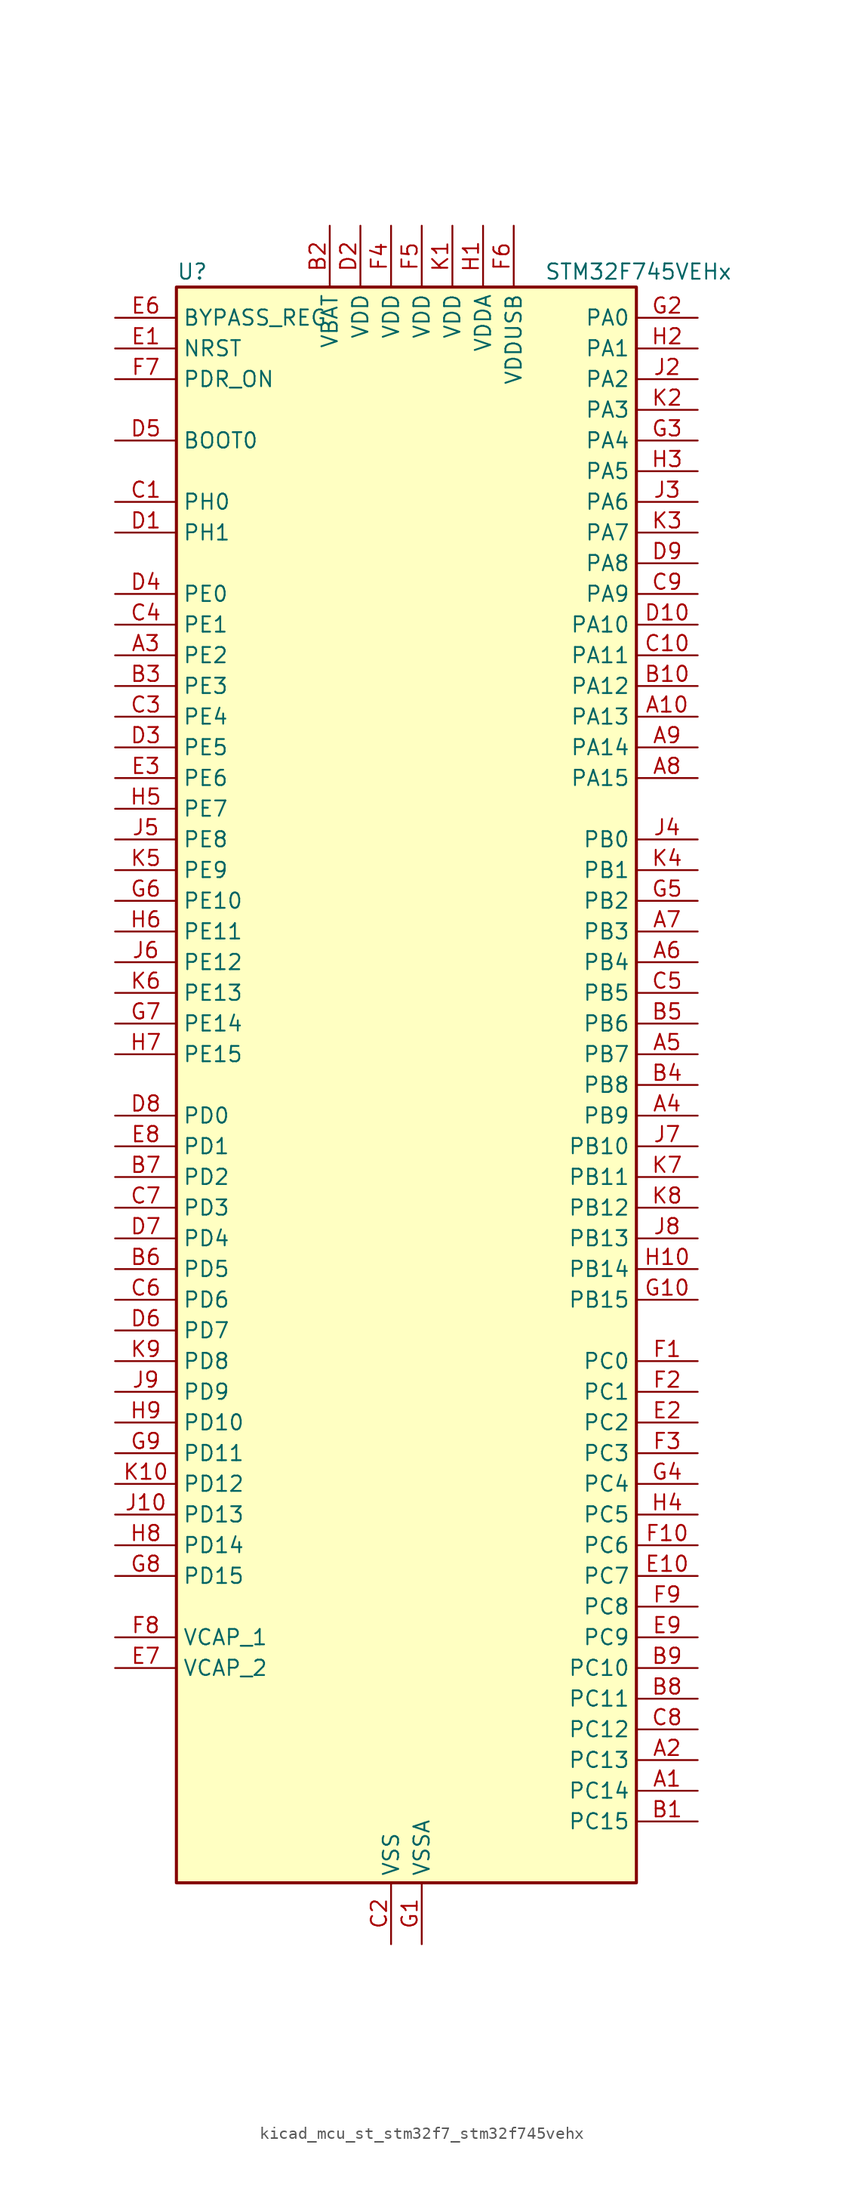
<source format=kicad_sym>
(kicad_symbol_lib
  (version 20220914)
  (generator kicad_symbol_editor)
  (symbol "kicad_mcu_st_stm32f7_stm32f745vehx"
    (property "Reference" "U"
      (at -17.78 67.31 0)
      (effects (font (size 1.27 1.27)) (justify left)))
    (property "Value" "STM32F745VEHx"
      (at 12.7 67.31 0)
      (effects (font (size 1.27 1.27)) (justify left)))
    (property "ki_locked" ""
      (at 0 0 0)
      (effects (font (size 1.27 1.27))))
    (symbol "kicad_mcu_st_stm32f7_stm32f745vehx_0_1"
      (rectangle (start -17.78 -66.04) (end 20.32 66.04) (stroke (width 0.254) (type default)) (fill (type background))))
    (symbol "kicad_mcu_st_stm32f7_stm32f745vehx_1_1"
      (pin bidirectional line (at 25.4 -58.42 180) (length 5.08) (name "PC14" (effects (font (size 1.27 1.27)))) (number "A1" (effects (font (size 1.27 1.27)))) (alternate "RCC_OSC32_IN" bidirectional line))
      (pin bidirectional line (at 25.4 30.48 180) (length 5.08) (name "PA13" (effects (font (size 1.27 1.27)))) (number "A10" (effects (font (size 1.27 1.27)))) (alternate "SYS_JTMS-SWDIO" bidirectional line))
      (pin bidirectional line (at 25.4 -55.88 180) (length 5.08) (name "PC13" (effects (font (size 1.27 1.27)))) (number "A2" (effects (font (size 1.27 1.27)))) (alternate "RTC_OUT" bidirectional line) (alternate "RTC_TAMP1" bidirectional line) (alternate "RTC_TS" bidirectional line) (alternate "SYS_WKUP4" bidirectional line))
      (pin bidirectional line (at -22.86 35.56 0) (length 5.08) (name "PE2" (effects (font (size 1.27 1.27)))) (number "A3" (effects (font (size 1.27 1.27)))) (alternate "ETH_TXD3" bidirectional line) (alternate "FMC_A23" bidirectional line) (alternate "QUADSPI_BK1_IO2" bidirectional line) (alternate "SAI1_MCLK_A" bidirectional line) (alternate "SPI4_SCK" bidirectional line) (alternate "SYS_TRACECLK" bidirectional line))
      (pin bidirectional line (at 25.4 -2.54 180) (length 5.08) (name "PB9" (effects (font (size 1.27 1.27)))) (number "A4" (effects (font (size 1.27 1.27)))) (alternate "CAN1_TX" bidirectional line) (alternate "DAC_EXTI9" bidirectional line) (alternate "DCMI_D7" bidirectional line) (alternate "I2C1_SDA" bidirectional line) (alternate "I2S2_WS" bidirectional line) (alternate "SDMMC1_D5" bidirectional line) (alternate "SPI2_NSS" bidirectional line) (alternate "TIM11_CH1" bidirectional line) (alternate "TIM4_CH4" bidirectional line))
      (pin bidirectional line (at 25.4 2.54 180) (length 5.08) (name "PB7" (effects (font (size 1.27 1.27)))) (number "A5" (effects (font (size 1.27 1.27)))) (alternate "DCMI_VSYNC" bidirectional line) (alternate "FMC_NL" bidirectional line) (alternate "I2C1_SDA" bidirectional line) (alternate "TIM4_CH2" bidirectional line) (alternate "USART1_RX" bidirectional line))
      (pin bidirectional line (at 25.4 10.16 180) (length 5.08) (name "PB4" (effects (font (size 1.27 1.27)))) (number "A6" (effects (font (size 1.27 1.27)))) (alternate "I2S2_WS" bidirectional line) (alternate "SPI1_MISO" bidirectional line) (alternate "SPI2_NSS" bidirectional line) (alternate "SPI3_MISO" bidirectional line) (alternate "SYS_JTRST" bidirectional line) (alternate "TIM3_CH1" bidirectional line))
      (pin bidirectional line (at 25.4 12.7 180) (length 5.08) (name "PB3" (effects (font (size 1.27 1.27)))) (number "A7" (effects (font (size 1.27 1.27)))) (alternate "I2S1_CK" bidirectional line) (alternate "I2S3_CK" bidirectional line) (alternate "SPI1_SCK" bidirectional line) (alternate "SPI3_SCK" bidirectional line) (alternate "SYS_JTDO-SWO" bidirectional line) (alternate "TIM2_CH2" bidirectional line))
      (pin bidirectional line (at 25.4 25.4 180) (length 5.08) (name "PA15" (effects (font (size 1.27 1.27)))) (number "A8" (effects (font (size 1.27 1.27)))) (alternate "CEC" bidirectional line) (alternate "I2S1_WS" bidirectional line) (alternate "I2S3_WS" bidirectional line) (alternate "SPI1_NSS" bidirectional line) (alternate "SPI3_NSS" bidirectional line) (alternate "SYS_JTDI" bidirectional line) (alternate "TIM2_CH1" bidirectional line) (alternate "TIM2_ETR" bidirectional line) (alternate "UART4_DE" bidirectional line) (alternate "UART4_RTS" bidirectional line))
      (pin bidirectional line (at 25.4 27.94 180) (length 5.08) (name "PA14" (effects (font (size 1.27 1.27)))) (number "A9" (effects (font (size 1.27 1.27)))) (alternate "SYS_JTCK-SWCLK" bidirectional line))
      (pin bidirectional line (at 25.4 -60.96 180) (length 5.08) (name "PC15" (effects (font (size 1.27 1.27)))) (number "B1" (effects (font (size 1.27 1.27)))) (alternate "RCC_OSC32_OUT" bidirectional line))
      (pin bidirectional line (at 25.4 33.02 180) (length 5.08) (name "PA12" (effects (font (size 1.27 1.27)))) (number "B10" (effects (font (size 1.27 1.27)))) (alternate "CAN1_TX" bidirectional line) (alternate "SAI2_FS_B" bidirectional line) (alternate "TIM1_ETR" bidirectional line) (alternate "USART1_DE" bidirectional line) (alternate "USART1_RTS" bidirectional line) (alternate "USB_OTG_FS_DP" bidirectional line))
      (pin power_in line (at -5.08 71.12 270) (length 5.08) (name "VBAT" (effects (font (size 1.27 1.27)))) (number "B2" (effects (font (size 1.27 1.27)))))
      (pin bidirectional line (at -22.86 33.02 0) (length 5.08) (name "PE3" (effects (font (size 1.27 1.27)))) (number "B3" (effects (font (size 1.27 1.27)))) (alternate "FMC_A19" bidirectional line) (alternate "SAI1_SD_B" bidirectional line) (alternate "SYS_TRACED0" bidirectional line))
      (pin bidirectional line (at 25.4 0 180) (length 5.08) (name "PB8" (effects (font (size 1.27 1.27)))) (number "B4" (effects (font (size 1.27 1.27)))) (alternate "CAN1_RX" bidirectional line) (alternate "DCMI_D6" bidirectional line) (alternate "ETH_TXD3" bidirectional line) (alternate "I2C1_SCL" bidirectional line) (alternate "SDMMC1_D4" bidirectional line) (alternate "TIM10_CH1" bidirectional line) (alternate "TIM4_CH3" bidirectional line))
      (pin bidirectional line (at 25.4 5.08 180) (length 5.08) (name "PB6" (effects (font (size 1.27 1.27)))) (number "B5" (effects (font (size 1.27 1.27)))) (alternate "CAN2_TX" bidirectional line) (alternate "CEC" bidirectional line) (alternate "DCMI_D5" bidirectional line) (alternate "FMC_SDNE1" bidirectional line) (alternate "I2C1_SCL" bidirectional line) (alternate "QUADSPI_BK1_NCS" bidirectional line) (alternate "TIM4_CH1" bidirectional line) (alternate "USART1_TX" bidirectional line))
      (pin bidirectional line (at -22.86 -15.24 0) (length 5.08) (name "PD5" (effects (font (size 1.27 1.27)))) (number "B6" (effects (font (size 1.27 1.27)))) (alternate "FMC_NWE" bidirectional line) (alternate "USART2_TX" bidirectional line))
      (pin bidirectional line (at -22.86 -7.62 0) (length 5.08) (name "PD2" (effects (font (size 1.27 1.27)))) (number "B7" (effects (font (size 1.27 1.27)))) (alternate "DCMI_D11" bidirectional line) (alternate "SDMMC1_CMD" bidirectional line) (alternate "SYS_TRACED2" bidirectional line) (alternate "TIM3_ETR" bidirectional line) (alternate "UART5_RX" bidirectional line))
      (pin bidirectional line (at 25.4 -50.8 180) (length 5.08) (name "PC11" (effects (font (size 1.27 1.27)))) (number "B8" (effects (font (size 1.27 1.27)))) (alternate "ADC1_EXTI11" bidirectional line) (alternate "ADC2_EXTI11" bidirectional line) (alternate "ADC3_EXTI11" bidirectional line) (alternate "DCMI_D4" bidirectional line) (alternate "QUADSPI_BK2_NCS" bidirectional line) (alternate "SDMMC1_D3" bidirectional line) (alternate "SPI3_MISO" bidirectional line) (alternate "UART4_RX" bidirectional line) (alternate "USART3_RX" bidirectional line))
      (pin bidirectional line (at 25.4 -48.26 180) (length 5.08) (name "PC10" (effects (font (size 1.27 1.27)))) (number "B9" (effects (font (size 1.27 1.27)))) (alternate "DCMI_D8" bidirectional line) (alternate "I2S3_CK" bidirectional line) (alternate "QUADSPI_BK1_IO1" bidirectional line) (alternate "SDMMC1_D2" bidirectional line) (alternate "SPI3_SCK" bidirectional line) (alternate "UART4_TX" bidirectional line) (alternate "USART3_TX" bidirectional line))
      (pin bidirectional line (at -22.86 48.26 0) (length 5.08) (name "PH0" (effects (font (size 1.27 1.27)))) (number "C1" (effects (font (size 1.27 1.27)))) (alternate "RCC_OSC_IN" bidirectional line))
      (pin bidirectional line (at 25.4 35.56 180) (length 5.08) (name "PA11" (effects (font (size 1.27 1.27)))) (number "C10" (effects (font (size 1.27 1.27)))) (alternate "ADC1_EXTI11" bidirectional line) (alternate "ADC2_EXTI11" bidirectional line) (alternate "ADC3_EXTI11" bidirectional line) (alternate "CAN1_RX" bidirectional line) (alternate "TIM1_CH4" bidirectional line) (alternate "USART1_CTS" bidirectional line) (alternate "USB_OTG_FS_DM" bidirectional line))
      (pin power_in line (at 0 -71.12 90) (length 5.08) (name "VSS" (effects (font (size 1.27 1.27)))) (number "C2" (effects (font (size 1.27 1.27)))))
      (pin bidirectional line (at -22.86 30.48 0) (length 5.08) (name "PE4" (effects (font (size 1.27 1.27)))) (number "C3" (effects (font (size 1.27 1.27)))) (alternate "DCMI_D4" bidirectional line) (alternate "FMC_A20" bidirectional line) (alternate "SAI1_FS_A" bidirectional line) (alternate "SPI4_NSS" bidirectional line) (alternate "SYS_TRACED1" bidirectional line))
      (pin bidirectional line (at -22.86 38.1 0) (length 5.08) (name "PE1" (effects (font (size 1.27 1.27)))) (number "C4" (effects (font (size 1.27 1.27)))) (alternate "DCMI_D3" bidirectional line) (alternate "FMC_NBL1" bidirectional line) (alternate "LPTIM1_IN2" bidirectional line) (alternate "UART8_TX" bidirectional line))
      (pin bidirectional line (at 25.4 7.62 180) (length 5.08) (name "PB5" (effects (font (size 1.27 1.27)))) (number "C5" (effects (font (size 1.27 1.27)))) (alternate "CAN2_RX" bidirectional line) (alternate "DCMI_D10" bidirectional line) (alternate "ETH_PPS_OUT" bidirectional line) (alternate "FMC_SDCKE1" bidirectional line) (alternate "I2C1_SMBA" bidirectional line) (alternate "I2S1_SD" bidirectional line) (alternate "I2S3_SD" bidirectional line) (alternate "SPI1_MOSI" bidirectional line) (alternate "SPI3_MOSI" bidirectional line) (alternate "TIM3_CH2" bidirectional line) (alternate "USB_OTG_HS_ULPI_D7" bidirectional line))
      (pin bidirectional line (at -22.86 -17.78 0) (length 5.08) (name "PD6" (effects (font (size 1.27 1.27)))) (number "C6" (effects (font (size 1.27 1.27)))) (alternate "DCMI_D10" bidirectional line) (alternate "FMC_NWAIT" bidirectional line) (alternate "I2S3_SD" bidirectional line) (alternate "SAI1_SD_A" bidirectional line) (alternate "SPI3_MOSI" bidirectional line) (alternate "USART2_RX" bidirectional line))
      (pin bidirectional line (at -22.86 -10.16 0) (length 5.08) (name "PD3" (effects (font (size 1.27 1.27)))) (number "C7" (effects (font (size 1.27 1.27)))) (alternate "DCMI_D5" bidirectional line) (alternate "FMC_CLK" bidirectional line) (alternate "I2S2_CK" bidirectional line) (alternate "SPI2_SCK" bidirectional line) (alternate "USART2_CTS" bidirectional line))
      (pin bidirectional line (at 25.4 -53.34 180) (length 5.08) (name "PC12" (effects (font (size 1.27 1.27)))) (number "C8" (effects (font (size 1.27 1.27)))) (alternate "DCMI_D9" bidirectional line) (alternate "I2S3_SD" bidirectional line) (alternate "SDMMC1_CK" bidirectional line) (alternate "SPI3_MOSI" bidirectional line) (alternate "SYS_TRACED3" bidirectional line) (alternate "UART5_TX" bidirectional line) (alternate "USART3_CK" bidirectional line))
      (pin bidirectional line (at 25.4 40.64 180) (length 5.08) (name "PA9" (effects (font (size 1.27 1.27)))) (number "C9" (effects (font (size 1.27 1.27)))) (alternate "DAC_EXTI9" bidirectional line) (alternate "DCMI_D0" bidirectional line) (alternate "I2C3_SMBA" bidirectional line) (alternate "I2S2_CK" bidirectional line) (alternate "SPI2_SCK" bidirectional line) (alternate "TIM1_CH2" bidirectional line) (alternate "USART1_TX" bidirectional line) (alternate "USB_OTG_FS_VBUS" bidirectional line))
      (pin bidirectional line (at -22.86 45.72 0) (length 5.08) (name "PH1" (effects (font (size 1.27 1.27)))) (number "D1" (effects (font (size 1.27 1.27)))) (alternate "RCC_OSC_OUT" bidirectional line))
      (pin bidirectional line (at 25.4 38.1 180) (length 5.08) (name "PA10" (effects (font (size 1.27 1.27)))) (number "D10" (effects (font (size 1.27 1.27)))) (alternate "DCMI_D1" bidirectional line) (alternate "TIM1_CH3" bidirectional line) (alternate "USART1_RX" bidirectional line) (alternate "USB_OTG_FS_ID" bidirectional line))
      (pin power_in line (at -2.54 71.12 270) (length 5.08) (name "VDD" (effects (font (size 1.27 1.27)))) (number "D2" (effects (font (size 1.27 1.27)))))
      (pin bidirectional line (at -22.86 27.94 0) (length 5.08) (name "PE5" (effects (font (size 1.27 1.27)))) (number "D3" (effects (font (size 1.27 1.27)))) (alternate "DCMI_D6" bidirectional line) (alternate "FMC_A21" bidirectional line) (alternate "SAI1_SCK_A" bidirectional line) (alternate "SPI4_MISO" bidirectional line) (alternate "SYS_TRACED2" bidirectional line) (alternate "TIM9_CH1" bidirectional line))
      (pin bidirectional line (at -22.86 40.64 0) (length 5.08) (name "PE0" (effects (font (size 1.27 1.27)))) (number "D4" (effects (font (size 1.27 1.27)))) (alternate "DCMI_D2" bidirectional line) (alternate "FMC_NBL0" bidirectional line) (alternate "LPTIM1_ETR" bidirectional line) (alternate "SAI2_MCLK_A" bidirectional line) (alternate "TIM4_ETR" bidirectional line) (alternate "UART8_RX" bidirectional line))
      (pin input line (at -22.86 53.34 0) (length 5.08) (name "BOOT0" (effects (font (size 1.27 1.27)))) (number "D5" (effects (font (size 1.27 1.27)))))
      (pin bidirectional line (at -22.86 -20.32 0) (length 5.08) (name "PD7" (effects (font (size 1.27 1.27)))) (number "D6" (effects (font (size 1.27 1.27)))) (alternate "FMC_NE1" bidirectional line) (alternate "SPDIFRX_IN0" bidirectional line) (alternate "USART2_CK" bidirectional line))
      (pin bidirectional line (at -22.86 -12.7 0) (length 5.08) (name "PD4" (effects (font (size 1.27 1.27)))) (number "D7" (effects (font (size 1.27 1.27)))) (alternate "FMC_NOE" bidirectional line) (alternate "USART2_DE" bidirectional line) (alternate "USART2_RTS" bidirectional line))
      (pin bidirectional line (at -22.86 -2.54 0) (length 5.08) (name "PD0" (effects (font (size 1.27 1.27)))) (number "D8" (effects (font (size 1.27 1.27)))) (alternate "CAN1_RX" bidirectional line) (alternate "FMC_D2" bidirectional line) (alternate "FMC_DA2" bidirectional line))
      (pin bidirectional line (at 25.4 43.18 180) (length 5.08) (name "PA8" (effects (font (size 1.27 1.27)))) (number "D9" (effects (font (size 1.27 1.27)))) (alternate "I2C3_SCL" bidirectional line) (alternate "RCC_MCO_1" bidirectional line) (alternate "TIM1_CH1" bidirectional line) (alternate "TIM8_BKIN2" bidirectional line) (alternate "USART1_CK" bidirectional line) (alternate "USB_OTG_FS_SOF" bidirectional line))
      (pin input line (at -22.86 60.96 0) (length 5.08) (name "NRST" (effects (font (size 1.27 1.27)))) (number "E1" (effects (font (size 1.27 1.27)))))
      (pin bidirectional line (at 25.4 -40.64 180) (length 5.08) (name "PC7" (effects (font (size 1.27 1.27)))) (number "E10" (effects (font (size 1.27 1.27)))) (alternate "DCMI_D1" bidirectional line) (alternate "I2S3_MCK" bidirectional line) (alternate "SDMMC1_D7" bidirectional line) (alternate "TIM3_CH2" bidirectional line) (alternate "TIM8_CH2" bidirectional line) (alternate "USART6_RX" bidirectional line))
      (pin bidirectional line (at 25.4 -27.94 180) (length 5.08) (name "PC2" (effects (font (size 1.27 1.27)))) (number "E2" (effects (font (size 1.27 1.27)))) (alternate "ADC1_IN12" bidirectional line) (alternate "ADC2_IN12" bidirectional line) (alternate "ADC3_IN12" bidirectional line) (alternate "ETH_TXD2" bidirectional line) (alternate "FMC_SDNE0" bidirectional line) (alternate "SPI2_MISO" bidirectional line) (alternate "USB_OTG_HS_ULPI_DIR" bidirectional line))
      (pin bidirectional line (at -22.86 25.4 0) (length 5.08) (name "PE6" (effects (font (size 1.27 1.27)))) (number "E3" (effects (font (size 1.27 1.27)))) (alternate "DCMI_D7" bidirectional line) (alternate "FMC_A22" bidirectional line) (alternate "SAI1_SD_A" bidirectional line) (alternate "SAI2_MCLK_B" bidirectional line) (alternate "SPI4_MOSI" bidirectional line) (alternate "SYS_TRACED3" bidirectional line) (alternate "TIM1_BKIN2" bidirectional line) (alternate "TIM9_CH2" bidirectional line))
      (pin passive line (at 0 -71.12 90) (length 5.08) hide (name "VSS" (effects (font (size 1.27 1.27)))) (number "E4" (effects (font (size 1.27 1.27)))))
      (pin passive line (at 0 -71.12 90) (length 5.08) hide (name "VSS" (effects (font (size 1.27 1.27)))) (number "E5" (effects (font (size 1.27 1.27)))))
      (pin input line (at -22.86 63.5 0) (length 5.08) (name "BYPASS_REG" (effects (font (size 1.27 1.27)))) (number "E6" (effects (font (size 1.27 1.27)))))
      (pin power_out line (at -22.86 -48.26 0) (length 5.08) (name "VCAP_2" (effects (font (size 1.27 1.27)))) (number "E7" (effects (font (size 1.27 1.27)))))
      (pin bidirectional line (at -22.86 -5.08 0) (length 5.08) (name "PD1" (effects (font (size 1.27 1.27)))) (number "E8" (effects (font (size 1.27 1.27)))) (alternate "CAN1_TX" bidirectional line) (alternate "FMC_D3" bidirectional line) (alternate "FMC_DA3" bidirectional line))
      (pin bidirectional line (at 25.4 -45.72 180) (length 5.08) (name "PC9" (effects (font (size 1.27 1.27)))) (number "E9" (effects (font (size 1.27 1.27)))) (alternate "DAC_EXTI9" bidirectional line) (alternate "DCMI_D3" bidirectional line) (alternate "I2C3_SDA" bidirectional line) (alternate "I2S_CKIN" bidirectional line) (alternate "QUADSPI_BK1_IO0" bidirectional line) (alternate "RCC_MCO_2" bidirectional line) (alternate "SDMMC1_D1" bidirectional line) (alternate "TIM3_CH4" bidirectional line) (alternate "TIM8_CH4" bidirectional line) (alternate "UART5_CTS" bidirectional line))
      (pin bidirectional line (at 25.4 -22.86 180) (length 5.08) (name "PC0" (effects (font (size 1.27 1.27)))) (number "F1" (effects (font (size 1.27 1.27)))) (alternate "ADC1_IN10" bidirectional line) (alternate "ADC2_IN10" bidirectional line) (alternate "ADC3_IN10" bidirectional line) (alternate "FMC_SDNWE" bidirectional line) (alternate "SAI2_FS_B" bidirectional line) (alternate "USB_OTG_HS_ULPI_STP" bidirectional line))
      (pin bidirectional line (at 25.4 -38.1 180) (length 5.08) (name "PC6" (effects (font (size 1.27 1.27)))) (number "F10" (effects (font (size 1.27 1.27)))) (alternate "DCMI_D0" bidirectional line) (alternate "I2S2_MCK" bidirectional line) (alternate "SDMMC1_D6" bidirectional line) (alternate "TIM3_CH1" bidirectional line) (alternate "TIM8_CH1" bidirectional line) (alternate "USART6_TX" bidirectional line))
      (pin bidirectional line (at 25.4 -25.4 180) (length 5.08) (name "PC1" (effects (font (size 1.27 1.27)))) (number "F2" (effects (font (size 1.27 1.27)))) (alternate "ADC1_IN11" bidirectional line) (alternate "ADC2_IN11" bidirectional line) (alternate "ADC3_IN11" bidirectional line) (alternate "ETH_MDC" bidirectional line) (alternate "I2S2_SD" bidirectional line) (alternate "RTC_TAMP3" bidirectional line) (alternate "RTC_TS" bidirectional line) (alternate "SAI1_SD_A" bidirectional line) (alternate "SPI2_MOSI" bidirectional line) (alternate "SYS_TRACED0" bidirectional line) (alternate "SYS_WKUP3" bidirectional line))
      (pin bidirectional line (at 25.4 -30.48 180) (length 5.08) (name "PC3" (effects (font (size 1.27 1.27)))) (number "F3" (effects (font (size 1.27 1.27)))) (alternate "ADC1_IN13" bidirectional line) (alternate "ADC2_IN13" bidirectional line) (alternate "ADC3_IN13" bidirectional line) (alternate "ETH_TX_CLK" bidirectional line) (alternate "FMC_SDCKE0" bidirectional line) (alternate "I2S2_SD" bidirectional line) (alternate "SPI2_MOSI" bidirectional line) (alternate "USB_OTG_HS_ULPI_NXT" bidirectional line))
      (pin power_in line (at 0 71.12 270) (length 5.08) (name "VDD" (effects (font (size 1.27 1.27)))) (number "F4" (effects (font (size 1.27 1.27)))))
      (pin power_in line (at 2.54 71.12 270) (length 5.08) (name "VDD" (effects (font (size 1.27 1.27)))) (number "F5" (effects (font (size 1.27 1.27)))))
      (pin power_in line (at 10.16 71.12 270) (length 5.08) (name "VDDUSB" (effects (font (size 1.27 1.27)))) (number "F6" (effects (font (size 1.27 1.27)))))
      (pin input line (at -22.86 58.42 0) (length 5.08) (name "PDR_ON" (effects (font (size 1.27 1.27)))) (number "F7" (effects (font (size 1.27 1.27)))))
      (pin power_out line (at -22.86 -45.72 0) (length 5.08) (name "VCAP_1" (effects (font (size 1.27 1.27)))) (number "F8" (effects (font (size 1.27 1.27)))))
      (pin bidirectional line (at 25.4 -43.18 180) (length 5.08) (name "PC8" (effects (font (size 1.27 1.27)))) (number "F9" (effects (font (size 1.27 1.27)))) (alternate "DCMI_D2" bidirectional line) (alternate "SDMMC1_D0" bidirectional line) (alternate "SYS_TRACED1" bidirectional line) (alternate "TIM3_CH3" bidirectional line) (alternate "TIM8_CH3" bidirectional line) (alternate "UART5_DE" bidirectional line) (alternate "UART5_RTS" bidirectional line) (alternate "USART6_CK" bidirectional line))
      (pin power_in line (at 2.54 -71.12 90) (length 5.08) (name "VSSA" (effects (font (size 1.27 1.27)))) (number "G1" (effects (font (size 1.27 1.27)))))
      (pin bidirectional line (at 25.4 -17.78 180) (length 5.08) (name "PB15" (effects (font (size 1.27 1.27)))) (number "G10" (effects (font (size 1.27 1.27)))) (alternate "I2S2_SD" bidirectional line) (alternate "RTC_REFIN" bidirectional line) (alternate "SPI2_MOSI" bidirectional line) (alternate "TIM12_CH2" bidirectional line) (alternate "TIM1_CH3N" bidirectional line) (alternate "TIM8_CH3N" bidirectional line) (alternate "USB_OTG_HS_DP" bidirectional line))
      (pin bidirectional line (at 25.4 63.5 180) (length 5.08) (name "PA0" (effects (font (size 1.27 1.27)))) (number "G2" (effects (font (size 1.27 1.27)))) (alternate "ADC1_IN0" bidirectional line) (alternate "ADC2_IN0" bidirectional line) (alternate "ADC3_IN0" bidirectional line) (alternate "ETH_CRS" bidirectional line) (alternate "SAI2_SD_B" bidirectional line) (alternate "SYS_WKUP1" bidirectional line) (alternate "TIM2_CH1" bidirectional line) (alternate "TIM2_ETR" bidirectional line) (alternate "TIM5_CH1" bidirectional line) (alternate "TIM8_ETR" bidirectional line) (alternate "UART4_TX" bidirectional line) (alternate "USART2_CTS" bidirectional line))
      (pin bidirectional line (at 25.4 53.34 180) (length 5.08) (name "PA4" (effects (font (size 1.27 1.27)))) (number "G3" (effects (font (size 1.27 1.27)))) (alternate "ADC1_IN4" bidirectional line) (alternate "ADC2_IN4" bidirectional line) (alternate "DAC_OUT1" bidirectional line) (alternate "DCMI_HSYNC" bidirectional line) (alternate "I2S1_WS" bidirectional line) (alternate "I2S3_WS" bidirectional line) (alternate "SPI1_NSS" bidirectional line) (alternate "SPI3_NSS" bidirectional line) (alternate "USART2_CK" bidirectional line) (alternate "USB_OTG_HS_SOF" bidirectional line))
      (pin bidirectional line (at 25.4 -33.02 180) (length 5.08) (name "PC4" (effects (font (size 1.27 1.27)))) (number "G4" (effects (font (size 1.27 1.27)))) (alternate "ADC1_IN14" bidirectional line) (alternate "ADC2_IN14" bidirectional line) (alternate "ETH_RXD0" bidirectional line) (alternate "FMC_SDNE0" bidirectional line) (alternate "I2S1_MCK" bidirectional line) (alternate "SPDIFRX_IN2" bidirectional line))
      (pin bidirectional line (at 25.4 15.24 180) (length 5.08) (name "PB2" (effects (font (size 1.27 1.27)))) (number "G5" (effects (font (size 1.27 1.27)))) (alternate "I2S3_SD" bidirectional line) (alternate "QUADSPI_CLK" bidirectional line) (alternate "SAI1_SD_A" bidirectional line) (alternate "SPI3_MOSI" bidirectional line))
      (pin bidirectional line (at -22.86 15.24 0) (length 5.08) (name "PE10" (effects (font (size 1.27 1.27)))) (number "G6" (effects (font (size 1.27 1.27)))) (alternate "FMC_D7" bidirectional line) (alternate "FMC_DA7" bidirectional line) (alternate "QUADSPI_BK2_IO3" bidirectional line) (alternate "TIM1_CH2N" bidirectional line) (alternate "UART7_CTS" bidirectional line))
      (pin bidirectional line (at -22.86 5.08 0) (length 5.08) (name "PE14" (effects (font (size 1.27 1.27)))) (number "G7" (effects (font (size 1.27 1.27)))) (alternate "FMC_D11" bidirectional line) (alternate "FMC_DA11" bidirectional line) (alternate "SAI2_MCLK_B" bidirectional line) (alternate "SPI4_MOSI" bidirectional line) (alternate "TIM1_CH4" bidirectional line))
      (pin bidirectional line (at -22.86 -40.64 0) (length 5.08) (name "PD15" (effects (font (size 1.27 1.27)))) (number "G8" (effects (font (size 1.27 1.27)))) (alternate "FMC_D1" bidirectional line) (alternate "FMC_DA1" bidirectional line) (alternate "TIM4_CH4" bidirectional line) (alternate "UART8_DE" bidirectional line) (alternate "UART8_RTS" bidirectional line))
      (pin bidirectional line (at -22.86 -30.48 0) (length 5.08) (name "PD11" (effects (font (size 1.27 1.27)))) (number "G9" (effects (font (size 1.27 1.27)))) (alternate "ADC1_EXTI11" bidirectional line) (alternate "ADC2_EXTI11" bidirectional line) (alternate "ADC3_EXTI11" bidirectional line) (alternate "FMC_A16" bidirectional line) (alternate "FMC_CLE" bidirectional line) (alternate "I2C4_SMBA" bidirectional line) (alternate "QUADSPI_BK1_IO0" bidirectional line) (alternate "SAI2_SD_A" bidirectional line) (alternate "USART3_CTS" bidirectional line))
      (pin power_in line (at 7.62 71.12 270) (length 5.08) (name "VDDA" (effects (font (size 1.27 1.27)))) (number "H1" (effects (font (size 1.27 1.27)))))
      (pin bidirectional line (at 25.4 -15.24 180) (length 5.08) (name "PB14" (effects (font (size 1.27 1.27)))) (number "H10" (effects (font (size 1.27 1.27)))) (alternate "SPI2_MISO" bidirectional line) (alternate "TIM12_CH1" bidirectional line) (alternate "TIM1_CH2N" bidirectional line) (alternate "TIM8_CH2N" bidirectional line) (alternate "USART3_DE" bidirectional line) (alternate "USART3_RTS" bidirectional line) (alternate "USB_OTG_HS_DM" bidirectional line))
      (pin bidirectional line (at 25.4 60.96 180) (length 5.08) (name "PA1" (effects (font (size 1.27 1.27)))) (number "H2" (effects (font (size 1.27 1.27)))) (alternate "ADC1_IN1" bidirectional line) (alternate "ADC2_IN1" bidirectional line) (alternate "ADC3_IN1" bidirectional line) (alternate "ETH_REF_CLK" bidirectional line) (alternate "ETH_RX_CLK" bidirectional line) (alternate "QUADSPI_BK1_IO3" bidirectional line) (alternate "SAI2_MCLK_B" bidirectional line) (alternate "TIM2_CH2" bidirectional line) (alternate "TIM5_CH2" bidirectional line) (alternate "UART4_RX" bidirectional line) (alternate "USART2_DE" bidirectional line) (alternate "USART2_RTS" bidirectional line))
      (pin bidirectional line (at 25.4 50.8 180) (length 5.08) (name "PA5" (effects (font (size 1.27 1.27)))) (number "H3" (effects (font (size 1.27 1.27)))) (alternate "ADC1_IN5" bidirectional line) (alternate "ADC2_IN5" bidirectional line) (alternate "DAC_OUT2" bidirectional line) (alternate "I2S1_CK" bidirectional line) (alternate "SPI1_SCK" bidirectional line) (alternate "TIM2_CH1" bidirectional line) (alternate "TIM2_ETR" bidirectional line) (alternate "TIM8_CH1N" bidirectional line) (alternate "USB_OTG_HS_ULPI_CK" bidirectional line))
      (pin bidirectional line (at 25.4 -35.56 180) (length 5.08) (name "PC5" (effects (font (size 1.27 1.27)))) (number "H4" (effects (font (size 1.27 1.27)))) (alternate "ADC1_IN15" bidirectional line) (alternate "ADC2_IN15" bidirectional line) (alternate "ETH_RXD1" bidirectional line) (alternate "FMC_SDCKE0" bidirectional line) (alternate "SPDIFRX_IN3" bidirectional line))
      (pin bidirectional line (at -22.86 22.86 0) (length 5.08) (name "PE7" (effects (font (size 1.27 1.27)))) (number "H5" (effects (font (size 1.27 1.27)))) (alternate "FMC_D4" bidirectional line) (alternate "FMC_DA4" bidirectional line) (alternate "QUADSPI_BK2_IO0" bidirectional line) (alternate "TIM1_ETR" bidirectional line) (alternate "UART7_RX" bidirectional line))
      (pin bidirectional line (at -22.86 12.7 0) (length 5.08) (name "PE11" (effects (font (size 1.27 1.27)))) (number "H6" (effects (font (size 1.27 1.27)))) (alternate "ADC1_EXTI11" bidirectional line) (alternate "ADC2_EXTI11" bidirectional line) (alternate "ADC3_EXTI11" bidirectional line) (alternate "FMC_D8" bidirectional line) (alternate "FMC_DA8" bidirectional line) (alternate "SAI2_SD_B" bidirectional line) (alternate "SPI4_NSS" bidirectional line) (alternate "TIM1_CH2" bidirectional line))
      (pin bidirectional line (at -22.86 2.54 0) (length 5.08) (name "PE15" (effects (font (size 1.27 1.27)))) (number "H7" (effects (font (size 1.27 1.27)))) (alternate "FMC_D12" bidirectional line) (alternate "FMC_DA12" bidirectional line) (alternate "TIM1_BKIN" bidirectional line))
      (pin bidirectional line (at -22.86 -38.1 0) (length 5.08) (name "PD14" (effects (font (size 1.27 1.27)))) (number "H8" (effects (font (size 1.27 1.27)))) (alternate "FMC_D0" bidirectional line) (alternate "FMC_DA0" bidirectional line) (alternate "TIM4_CH3" bidirectional line) (alternate "UART8_CTS" bidirectional line))
      (pin bidirectional line (at -22.86 -27.94 0) (length 5.08) (name "PD10" (effects (font (size 1.27 1.27)))) (number "H9" (effects (font (size 1.27 1.27)))) (alternate "FMC_D15" bidirectional line) (alternate "FMC_DA15" bidirectional line) (alternate "USART3_CK" bidirectional line))
      (pin passive line (at 0 -71.12 90) (length 5.08) hide (name "VSS" (effects (font (size 1.27 1.27)))) (number "J1" (effects (font (size 1.27 1.27)))))
      (pin bidirectional line (at -22.86 -35.56 0) (length 5.08) (name "PD13" (effects (font (size 1.27 1.27)))) (number "J10" (effects (font (size 1.27 1.27)))) (alternate "FMC_A18" bidirectional line) (alternate "I2C4_SDA" bidirectional line) (alternate "LPTIM1_OUT" bidirectional line) (alternate "QUADSPI_BK1_IO3" bidirectional line) (alternate "SAI2_SCK_A" bidirectional line) (alternate "TIM4_CH2" bidirectional line))
      (pin bidirectional line (at 25.4 58.42 180) (length 5.08) (name "PA2" (effects (font (size 1.27 1.27)))) (number "J2" (effects (font (size 1.27 1.27)))) (alternate "ADC1_IN2" bidirectional line) (alternate "ADC2_IN2" bidirectional line) (alternate "ADC3_IN2" bidirectional line) (alternate "ETH_MDIO" bidirectional line) (alternate "SAI2_SCK_B" bidirectional line) (alternate "SYS_WKUP2" bidirectional line) (alternate "TIM2_CH3" bidirectional line) (alternate "TIM5_CH3" bidirectional line) (alternate "TIM9_CH1" bidirectional line) (alternate "USART2_TX" bidirectional line))
      (pin bidirectional line (at 25.4 48.26 180) (length 5.08) (name "PA6" (effects (font (size 1.27 1.27)))) (number "J3" (effects (font (size 1.27 1.27)))) (alternate "ADC1_IN6" bidirectional line) (alternate "ADC2_IN6" bidirectional line) (alternate "DCMI_PIXCLK" bidirectional line) (alternate "SPI1_MISO" bidirectional line) (alternate "TIM13_CH1" bidirectional line) (alternate "TIM1_BKIN" bidirectional line) (alternate "TIM3_CH1" bidirectional line) (alternate "TIM8_BKIN" bidirectional line))
      (pin bidirectional line (at 25.4 20.32 180) (length 5.08) (name "PB0" (effects (font (size 1.27 1.27)))) (number "J4" (effects (font (size 1.27 1.27)))) (alternate "ADC1_IN8" bidirectional line) (alternate "ADC2_IN8" bidirectional line) (alternate "ETH_RXD2" bidirectional line) (alternate "TIM1_CH2N" bidirectional line) (alternate "TIM3_CH3" bidirectional line) (alternate "TIM8_CH2N" bidirectional line) (alternate "UART4_CTS" bidirectional line) (alternate "USB_OTG_HS_ULPI_D1" bidirectional line))
      (pin bidirectional line (at -22.86 20.32 0) (length 5.08) (name "PE8" (effects (font (size 1.27 1.27)))) (number "J5" (effects (font (size 1.27 1.27)))) (alternate "FMC_D5" bidirectional line) (alternate "FMC_DA5" bidirectional line) (alternate "QUADSPI_BK2_IO1" bidirectional line) (alternate "TIM1_CH1N" bidirectional line) (alternate "UART7_TX" bidirectional line))
      (pin bidirectional line (at -22.86 10.16 0) (length 5.08) (name "PE12" (effects (font (size 1.27 1.27)))) (number "J6" (effects (font (size 1.27 1.27)))) (alternate "FMC_D9" bidirectional line) (alternate "FMC_DA9" bidirectional line) (alternate "SAI2_SCK_B" bidirectional line) (alternate "SPI4_SCK" bidirectional line) (alternate "TIM1_CH3N" bidirectional line))
      (pin bidirectional line (at 25.4 -5.08 180) (length 5.08) (name "PB10" (effects (font (size 1.27 1.27)))) (number "J7" (effects (font (size 1.27 1.27)))) (alternate "ETH_RX_ER" bidirectional line) (alternate "I2C2_SCL" bidirectional line) (alternate "I2S2_CK" bidirectional line) (alternate "SPI2_SCK" bidirectional line) (alternate "TIM2_CH3" bidirectional line) (alternate "USART3_TX" bidirectional line) (alternate "USB_OTG_HS_ULPI_D3" bidirectional line))
      (pin bidirectional line (at 25.4 -12.7 180) (length 5.08) (name "PB13" (effects (font (size 1.27 1.27)))) (number "J8" (effects (font (size 1.27 1.27)))) (alternate "CAN2_TX" bidirectional line) (alternate "ETH_TXD1" bidirectional line) (alternate "I2S2_CK" bidirectional line) (alternate "SPI2_SCK" bidirectional line) (alternate "TIM1_CH1N" bidirectional line) (alternate "USART3_CTS" bidirectional line) (alternate "USB_OTG_HS_ULPI_D6" bidirectional line) (alternate "USB_OTG_HS_VBUS" bidirectional line))
      (pin bidirectional line (at -22.86 -25.4 0) (length 5.08) (name "PD9" (effects (font (size 1.27 1.27)))) (number "J9" (effects (font (size 1.27 1.27)))) (alternate "DAC_EXTI9" bidirectional line) (alternate "FMC_D14" bidirectional line) (alternate "FMC_DA14" bidirectional line) (alternate "USART3_RX" bidirectional line))
      (pin power_in line (at 5.08 71.12 270) (length 5.08) (name "VDD" (effects (font (size 1.27 1.27)))) (number "K1" (effects (font (size 1.27 1.27)))))
      (pin bidirectional line (at -22.86 -33.02 0) (length 5.08) (name "PD12" (effects (font (size 1.27 1.27)))) (number "K10" (effects (font (size 1.27 1.27)))) (alternate "FMC_A17" bidirectional line) (alternate "FMC_ALE" bidirectional line) (alternate "I2C4_SCL" bidirectional line) (alternate "LPTIM1_IN1" bidirectional line) (alternate "QUADSPI_BK1_IO1" bidirectional line) (alternate "SAI2_FS_A" bidirectional line) (alternate "TIM4_CH1" bidirectional line) (alternate "USART3_DE" bidirectional line) (alternate "USART3_RTS" bidirectional line))
      (pin bidirectional line (at 25.4 55.88 180) (length 5.08) (name "PA3" (effects (font (size 1.27 1.27)))) (number "K2" (effects (font (size 1.27 1.27)))) (alternate "ADC1_IN3" bidirectional line) (alternate "ADC2_IN3" bidirectional line) (alternate "ADC3_IN3" bidirectional line) (alternate "ETH_COL" bidirectional line) (alternate "TIM2_CH4" bidirectional line) (alternate "TIM5_CH4" bidirectional line) (alternate "TIM9_CH2" bidirectional line) (alternate "USART2_RX" bidirectional line) (alternate "USB_OTG_HS_ULPI_D0" bidirectional line))
      (pin bidirectional line (at 25.4 45.72 180) (length 5.08) (name "PA7" (effects (font (size 1.27 1.27)))) (number "K3" (effects (font (size 1.27 1.27)))) (alternate "ADC1_IN7" bidirectional line) (alternate "ADC2_IN7" bidirectional line) (alternate "ETH_CRS_DV" bidirectional line) (alternate "ETH_RX_DV" bidirectional line) (alternate "FMC_SDNWE" bidirectional line) (alternate "I2S1_SD" bidirectional line) (alternate "SPI1_MOSI" bidirectional line) (alternate "TIM14_CH1" bidirectional line) (alternate "TIM1_CH1N" bidirectional line) (alternate "TIM3_CH2" bidirectional line) (alternate "TIM8_CH1N" bidirectional line))
      (pin bidirectional line (at 25.4 17.78 180) (length 5.08) (name "PB1" (effects (font (size 1.27 1.27)))) (number "K4" (effects (font (size 1.27 1.27)))) (alternate "ADC1_IN9" bidirectional line) (alternate "ADC2_IN9" bidirectional line) (alternate "ETH_RXD3" bidirectional line) (alternate "TIM1_CH3N" bidirectional line) (alternate "TIM3_CH4" bidirectional line) (alternate "TIM8_CH3N" bidirectional line) (alternate "USB_OTG_HS_ULPI_D2" bidirectional line))
      (pin bidirectional line (at -22.86 17.78 0) (length 5.08) (name "PE9" (effects (font (size 1.27 1.27)))) (number "K5" (effects (font (size 1.27 1.27)))) (alternate "DAC_EXTI9" bidirectional line) (alternate "FMC_D6" bidirectional line) (alternate "FMC_DA6" bidirectional line) (alternate "QUADSPI_BK2_IO2" bidirectional line) (alternate "TIM1_CH1" bidirectional line) (alternate "UART7_DE" bidirectional line) (alternate "UART7_RTS" bidirectional line))
      (pin bidirectional line (at -22.86 7.62 0) (length 5.08) (name "PE13" (effects (font (size 1.27 1.27)))) (number "K6" (effects (font (size 1.27 1.27)))) (alternate "FMC_D10" bidirectional line) (alternate "FMC_DA10" bidirectional line) (alternate "SAI2_FS_B" bidirectional line) (alternate "SPI4_MISO" bidirectional line) (alternate "TIM1_CH3" bidirectional line))
      (pin bidirectional line (at 25.4 -7.62 180) (length 5.08) (name "PB11" (effects (font (size 1.27 1.27)))) (number "K7" (effects (font (size 1.27 1.27)))) (alternate "ADC1_EXTI11" bidirectional line) (alternate "ADC2_EXTI11" bidirectional line) (alternate "ADC3_EXTI11" bidirectional line) (alternate "ETH_TX_EN" bidirectional line) (alternate "I2C2_SDA" bidirectional line) (alternate "TIM2_CH4" bidirectional line) (alternate "USART3_RX" bidirectional line) (alternate "USB_OTG_HS_ULPI_D4" bidirectional line))
      (pin bidirectional line (at 25.4 -10.16 180) (length 5.08) (name "PB12" (effects (font (size 1.27 1.27)))) (number "K8" (effects (font (size 1.27 1.27)))) (alternate "CAN2_RX" bidirectional line) (alternate "ETH_TXD0" bidirectional line) (alternate "I2C2_SMBA" bidirectional line) (alternate "I2S2_WS" bidirectional line) (alternate "SPI2_NSS" bidirectional line) (alternate "TIM1_BKIN" bidirectional line) (alternate "USART3_CK" bidirectional line) (alternate "USB_OTG_HS_ID" bidirectional line) (alternate "USB_OTG_HS_ULPI_D5" bidirectional line))
      (pin bidirectional line (at -22.86 -22.86 0) (length 5.08) (name "PD8" (effects (font (size 1.27 1.27)))) (number "K9" (effects (font (size 1.27 1.27)))) (alternate "FMC_D13" bidirectional line) (alternate "FMC_DA13" bidirectional line) (alternate "SPDIFRX_IN1" bidirectional line) (alternate "USART3_TX" bidirectional line)))))
</source>
